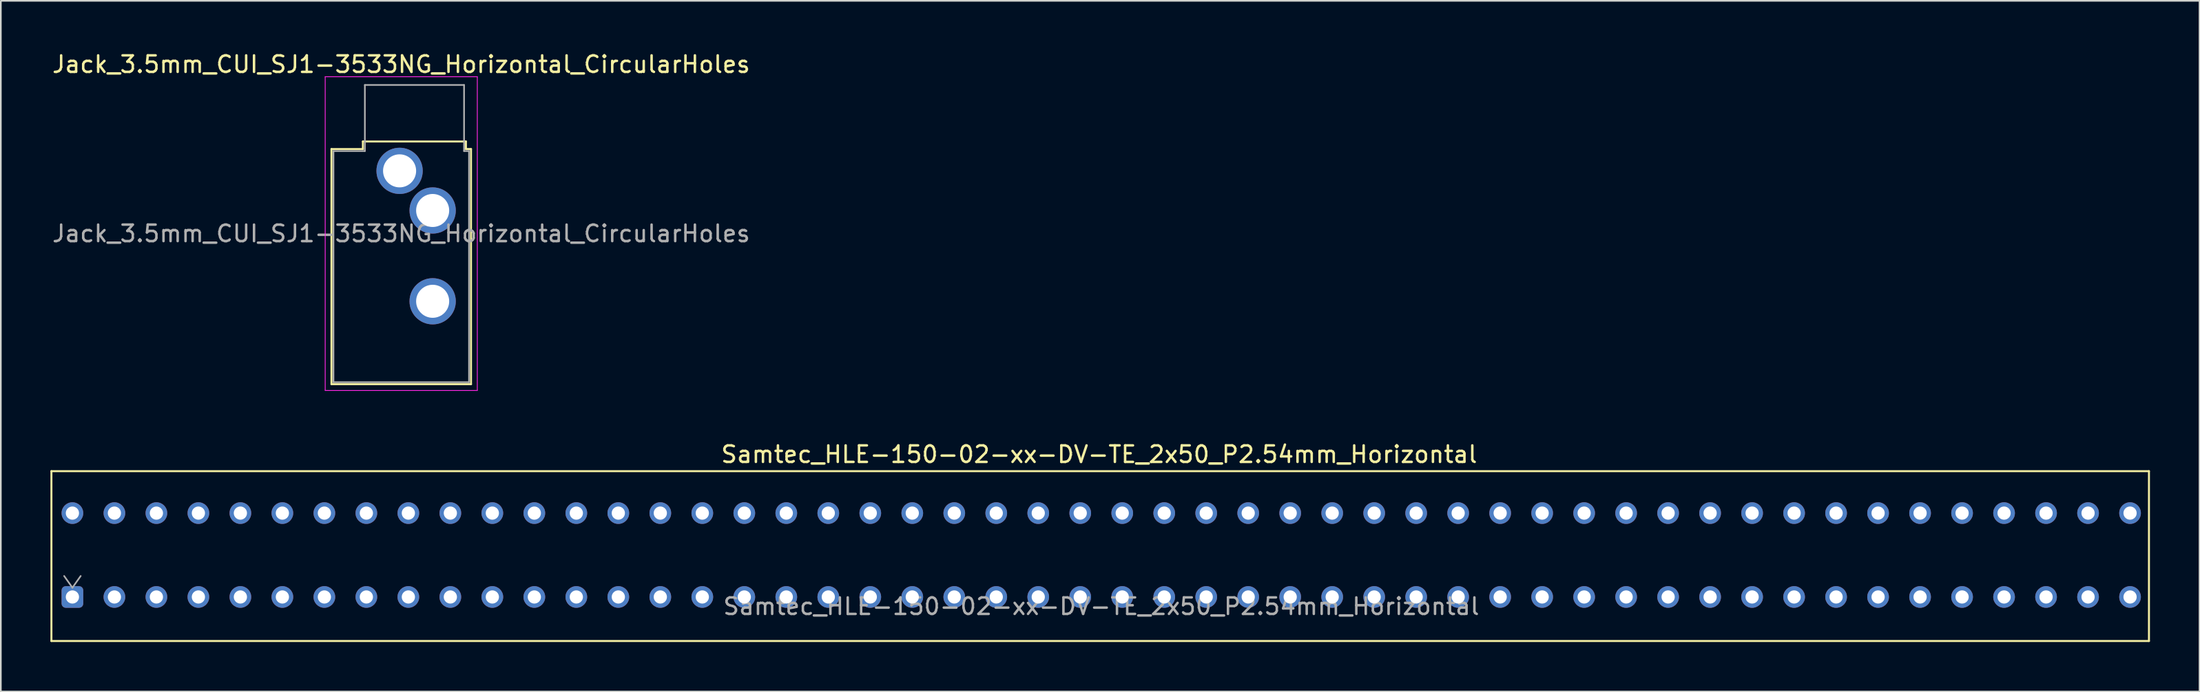
<source format=kicad_pcb>
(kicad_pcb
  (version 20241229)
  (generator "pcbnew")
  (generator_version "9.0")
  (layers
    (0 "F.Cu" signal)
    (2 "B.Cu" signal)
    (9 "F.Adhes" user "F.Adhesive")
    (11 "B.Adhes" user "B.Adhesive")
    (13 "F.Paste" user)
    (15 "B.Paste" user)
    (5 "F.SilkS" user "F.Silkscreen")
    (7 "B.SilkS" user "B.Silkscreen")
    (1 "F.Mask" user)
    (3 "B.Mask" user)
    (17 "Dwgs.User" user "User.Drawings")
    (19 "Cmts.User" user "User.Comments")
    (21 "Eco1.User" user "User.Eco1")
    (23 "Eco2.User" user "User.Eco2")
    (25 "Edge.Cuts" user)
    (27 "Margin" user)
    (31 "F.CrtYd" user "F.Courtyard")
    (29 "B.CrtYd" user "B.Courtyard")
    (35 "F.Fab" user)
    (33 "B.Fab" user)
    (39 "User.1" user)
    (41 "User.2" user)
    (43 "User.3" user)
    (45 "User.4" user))
  (footprint "Jack_3.5mm_CUI_SJ1-3533NG_Horizontal_CircularHoles"
    (layer "F.Cu")
    (at 21.12 7.298)
    (property "Reference" "Jack_3.5mm_CUI_SJ1-3533NG_Horizontal_CircularHoles" (at 0.1 -6.45 0) (layer "F.SilkS") (effects (font (size 1 1) (thickness 0.15))))
    (attr through_hole)
    (fp_line (start -4.12 -1.32) (end -2.22 -1.32) (stroke (width 0.12) (type solid)) (layer "F.SilkS"))
    (fp_line (start -4.12 12.92) (end -4.12 -1.32) (stroke (width 0.12) (type solid)) (layer "F.SilkS"))
    (fp_line (start -2.22 -1.778) (end 4.013 -1.778) (stroke (width 0.12) (type default)) (layer "F.SilkS"))
    (fp_line (start -2.22 -1.32) (end -2.22 -1.778) (stroke (width 0.12) (type default)) (layer "F.SilkS"))
    (fp_line (start 4.013 -1.321) (end 4.013 -1.778) (stroke (width 0.12) (type default)) (layer "F.SilkS"))
    (fp_line (start 4.32 -1.321) (end 4.013 -1.321) (stroke (width 0.12) (type default)) (layer "F.SilkS"))
    (fp_line (start 4.32 -1.321) (end 4.32 12.92) (stroke (width 0.12) (type solid)) (layer "F.SilkS"))
    (fp_line (start 4.32 12.92) (end -4.12 12.92) (stroke (width 0.12) (type solid)) (layer "F.SilkS"))
    (fp_line (start -4.5 -5.7) (end -4.5 13.3) (stroke (width 0.05) (type solid)) (layer "F.CrtYd"))
    (fp_line (start -4.5 13.3) (end 4.7 13.3) (stroke (width 0.05) (type solid)) (layer "F.CrtYd"))
    (fp_line (start 4.7 -5.7) (end -4.5 -5.7) (stroke (width 0.05) (type solid)) (layer "F.CrtYd"))
    (fp_line (start 4.7 13.3) (end 4.7 -5.7) (stroke (width 0.05) (type solid)) (layer "F.CrtYd"))
    (fp_line (start -4 -1.2) (end -2.1 -1.2) (stroke (width 0.1) (type solid)) (layer "F.Fab"))
    (fp_line (start -4 12.8) (end -4 -1.2) (stroke (width 0.1) (type solid)) (layer "F.Fab"))
    (fp_line (start -2.1 -5.2) (end 3.9 -5.2) (stroke (width 0.1) (type solid)) (layer "F.Fab"))
    (fp_line (start -2.1 -1.2) (end -2.1 -5.2) (stroke (width 0.1) (type solid)) (layer "F.Fab"))
    (fp_line (start 3.9 -5.2) (end 3.9 -1.2) (stroke (width 0.1) (type solid)) (layer "F.Fab"))
    (fp_line (start 3.9 -1.2) (end 4.2 -1.2) (stroke (width 0.1) (type solid)) (layer "F.Fab"))
    (fp_line (start 4.2 -1.2) (end 4.2 12.8) (stroke (width 0.1) (type solid)) (layer "F.Fab"))
    (fp_line (start 4.2 12.8) (end -4 12.8) (stroke (width 0.1) (type solid)) (layer "F.Fab"))
    (fp_text user "${REFERENCE}" (at 0.1 3.8 0) (layer "F.Fab") (effects (font (size 1 1) (thickness 0.15))))
    (pad "R" thru_hole circle (at 2 7.9) (size 2.8 2.8) (drill 2) (layers "*.Cu" "*.Mask"))
    (pad "S" thru_hole circle (at 0 0) (size 2.8 2.8) (drill 2) (layers "*.Cu" "*.Mask"))
    (pad "T" thru_hole circle (at 2 2.4) (size 2.8 2.8) (drill 2) (layers "*.Cu" "*.Mask")))
  (footprint "Samtec_HLE-150-02-xx-DV-TE_2x50_P2.54mm_Horizontal"
    (layer "F.Cu")
    (at 1.33 30.567)
    (property "Reference" "Samtec_HLE-150-02-xx-DV-TE_2x50_P2.54mm_Horizontal" (at 62.103 -6.096 0) (layer "F.SilkS") (effects (font (size 1 1) (thickness 0.15))))
    (attr through_hole)
    (fp_line (start -1.27 -5.08) (end 125.603 -5.08) (stroke (width 0.12) (type solid)) (layer "F.SilkS"))
    (fp_line (start -1.27 5.207) (end -1.27 -5.08) (stroke (width 0.12) (type solid)) (layer "F.SilkS"))
    (fp_line (start 125.603 -5.08) (end 125.603 5.207) (stroke (width 0.12) (type solid)) (layer "F.SilkS"))
    (fp_line (start 125.603 5.207) (end -1.27 5.207) (stroke (width 0.12) (type solid)) (layer "F.SilkS"))
    (fp_line (start 125.603 5.207) (end 125.603 5.08) (stroke (width 0.12) (type solid)) (layer "B.Paste"))
    (fp_line (start -0.5 1.27) (end 0 1.977) (stroke (width 0.1) (type solid)) (layer "F.Fab"))
    (fp_line (start 0 1.977) (end 0.5 1.27) (stroke (width 0.1) (type solid)) (layer "F.Fab"))
    (fp_text user "${REFERENCE}" (at 62.23 3.11 0) (layer "F.Fab") (effects (font (size 1 1) (thickness 0.15))))
    (pad "1" thru_hole roundrect (at 0 2.54) (size 1.31 1.31) (drill 0.8) (layers "*.Cu" "*.Mask") (roundrect_rratio 0.191))
    (pad "2" thru_hole circle (at 0 -2.54) (size 1.31 1.31) (drill 0.8) (layers "*.Cu" "*.Mask"))
    (pad "3" thru_hole circle (at 2.54 2.54) (size 1.31 1.31) (drill 0.8) (layers "*.Cu" "*.Mask"))
    (pad "4" thru_hole circle (at 2.54 -2.54) (size 1.31 1.31) (drill 0.8) (layers "*.Cu" "*.Mask"))
    (pad "5" thru_hole circle (at 5.08 2.54) (size 1.31 1.31) (drill 0.8) (layers "*.Cu" "*.Mask"))
    (pad "6" thru_hole circle (at 5.08 -2.54) (size 1.31 1.31) (drill 0.8) (layers "*.Cu" "*.Mask"))
    (pad "7" thru_hole circle (at 7.62 2.54) (size 1.31 1.31) (drill 0.8) (layers "*.Cu" "*.Mask"))
    (pad "8" thru_hole circle (at 7.62 -2.54) (size 1.31 1.31) (drill 0.8) (layers "*.Cu" "*.Mask"))
    (pad "9" thru_hole circle (at 10.16 2.54) (size 1.31 1.31) (drill 0.8) (layers "*.Cu" "*.Mask"))
    (pad "10" thru_hole circle (at 10.16 -2.54) (size 1.31 1.31) (drill 0.8) (layers "*.Cu" "*.Mask"))
    (pad "11" thru_hole circle (at 12.7 2.54) (size 1.31 1.31) (drill 0.8) (layers "*.Cu" "*.Mask"))
    (pad "12" thru_hole circle (at 12.7 -2.54) (size 1.31 1.31) (drill 0.8) (layers "*.Cu" "*.Mask"))
    (pad "13" thru_hole circle (at 15.24 2.54) (size 1.31 1.31) (drill 0.8) (layers "*.Cu" "*.Mask"))
    (pad "14" thru_hole circle (at 15.24 -2.54) (size 1.31 1.31) (drill 0.8) (layers "*.Cu" "*.Mask"))
    (pad "15" thru_hole circle (at 17.78 2.54) (size 1.31 1.31) (drill 0.8) (layers "*.Cu" "*.Mask"))
    (pad "16" thru_hole circle (at 17.78 -2.54) (size 1.31 1.31) (drill 0.8) (layers "*.Cu" "*.Mask"))
    (pad "17" thru_hole circle (at 20.32 2.54) (size 1.31 1.31) (drill 0.8) (layers "*.Cu" "*.Mask"))
    (pad "18" thru_hole circle (at 20.32 -2.54) (size 1.31 1.31) (drill 0.8) (layers "*.Cu" "*.Mask"))
    (pad "19" thru_hole circle (at 22.86 2.54) (size 1.31 1.31) (drill 0.8) (layers "*.Cu" "*.Mask"))
    (pad "20" thru_hole circle (at 22.86 -2.54) (size 1.31 1.31) (drill 0.8) (layers "*.Cu" "*.Mask"))
    (pad "21" thru_hole circle (at 25.4 2.54) (size 1.31 1.31) (drill 0.8) (layers "*.Cu" "*.Mask"))
    (pad "22" thru_hole circle (at 25.4 -2.54) (size 1.31 1.31) (drill 0.8) (layers "*.Cu" "*.Mask"))
    (pad "23" thru_hole circle (at 27.94 2.54) (size 1.31 1.31) (drill 0.8) (layers "*.Cu" "*.Mask"))
    (pad "24" thru_hole circle (at 27.94 -2.54) (size 1.31 1.31) (drill 0.8) (layers "*.Cu" "*.Mask"))
    (pad "25" thru_hole circle (at 30.48 2.54) (size 1.31 1.31) (drill 0.8) (layers "*.Cu" "*.Mask"))
    (pad "26" thru_hole circle (at 30.48 -2.54) (size 1.31 1.31) (drill 0.8) (layers "*.Cu" "*.Mask"))
    (pad "27" thru_hole circle (at 33.02 2.54) (size 1.31 1.31) (drill 0.8) (layers "*.Cu" "*.Mask"))
    (pad "28" thru_hole circle (at 33.02 -2.54) (size 1.31 1.31) (drill 0.8) (layers "*.Cu" "*.Mask"))
    (pad "29" thru_hole circle (at 35.56 2.54) (size 1.31 1.31) (drill 0.8) (layers "*.Cu" "*.Mask"))
    (pad "30" thru_hole circle (at 35.56 -2.54) (size 1.31 1.31) (drill 0.8) (layers "*.Cu" "*.Mask"))
    (pad "31" thru_hole circle (at 38.1 2.54) (size 1.31 1.31) (drill 0.8) (layers "*.Cu" "*.Mask"))
    (pad "32" thru_hole circle (at 38.1 -2.54) (size 1.31 1.31) (drill 0.8) (layers "*.Cu" "*.Mask"))
    (pad "33" thru_hole circle (at 40.64 2.54) (size 1.31 1.31) (drill 0.8) (layers "*.Cu" "*.Mask"))
    (pad "34" thru_hole circle (at 40.64 -2.54) (size 1.31 1.31) (drill 0.8) (layers "*.Cu" "*.Mask"))
    (pad "35" thru_hole circle (at 43.18 2.54) (size 1.31 1.31) (drill 0.8) (layers "*.Cu" "*.Mask"))
    (pad "36" thru_hole circle (at 43.18 -2.54) (size 1.31 1.31) (drill 0.8) (layers "*.Cu" "*.Mask"))
    (pad "37" thru_hole circle (at 45.72 2.54) (size 1.31 1.31) (drill 0.8) (layers "*.Cu" "*.Mask"))
    (pad "38" thru_hole circle (at 45.72 -2.54) (size 1.31 1.31) (drill 0.8) (layers "*.Cu" "*.Mask"))
    (pad "39" thru_hole circle (at 48.26 2.54) (size 1.31 1.31) (drill 0.8) (layers "*.Cu" "*.Mask"))
    (pad "40" thru_hole circle (at 48.26 -2.54) (size 1.31 1.31) (drill 0.8) (layers "*.Cu" "*.Mask"))
    (pad "41" thru_hole circle (at 50.8 2.54) (size 1.31 1.31) (drill 0.8) (layers "*.Cu" "*.Mask"))
    (pad "42" thru_hole circle (at 50.8 -2.54) (size 1.31 1.31) (drill 0.8) (layers "*.Cu" "*.Mask"))
    (pad "43" thru_hole circle (at 53.34 2.54) (size 1.31 1.31) (drill 0.8) (layers "*.Cu" "*.Mask"))
    (pad "44" thru_hole circle (at 53.34 -2.54) (size 1.31 1.31) (drill 0.8) (layers "*.Cu" "*.Mask"))
    (pad "45" thru_hole circle (at 55.88 2.54) (size 1.31 1.31) (drill 0.8) (layers "*.Cu" "*.Mask"))
    (pad "46" thru_hole circle (at 55.88 -2.54) (size 1.31 1.31) (drill 0.8) (layers "*.Cu" "*.Mask"))
    (pad "47" thru_hole circle (at 58.42 2.54) (size 1.31 1.31) (drill 0.8) (layers "*.Cu" "*.Mask"))
    (pad "48" thru_hole circle (at 58.42 -2.54) (size 1.31 1.31) (drill 0.8) (layers "*.Cu" "*.Mask"))
    (pad "49" thru_hole circle (at 60.96 2.54) (size 1.31 1.31) (drill 0.8) (layers "*.Cu" "*.Mask"))
    (pad "50" thru_hole circle (at 60.96 -2.54) (size 1.31 1.31) (drill 0.8) (layers "*.Cu" "*.Mask"))
    (pad "51" thru_hole circle (at 63.5 2.54) (size 1.31 1.31) (drill 0.8) (layers "*.Cu" "*.Mask"))
    (pad "52" thru_hole circle (at 63.5 -2.54) (size 1.31 1.31) (drill 0.8) (layers "*.Cu" "*.Mask"))
    (pad "53" thru_hole circle (at 66.04 2.54) (size 1.31 1.31) (drill 0.8) (layers "*.Cu" "*.Mask"))
    (pad "54" thru_hole circle (at 66.04 -2.54) (size 1.31 1.31) (drill 0.8) (layers "*.Cu" "*.Mask"))
    (pad "55" thru_hole circle (at 68.58 2.54) (size 1.31 1.31) (drill 0.8) (layers "*.Cu" "*.Mask"))
    (pad "56" thru_hole circle (at 68.58 -2.54) (size 1.31 1.31) (drill 0.8) (layers "*.Cu" "*.Mask"))
    (pad "57" thru_hole circle (at 71.12 2.54) (size 1.31 1.31) (drill 0.8) (layers "*.Cu" "*.Mask"))
    (pad "58" thru_hole circle (at 71.12 -2.54) (size 1.31 1.31) (drill 0.8) (layers "*.Cu" "*.Mask"))
    (pad "59" thru_hole circle (at 73.66 2.54) (size 1.31 1.31) (drill 0.8) (layers "*.Cu" "*.Mask"))
    (pad "60" thru_hole circle (at 73.66 -2.54) (size 1.31 1.31) (drill 0.8) (layers "*.Cu" "*.Mask"))
    (pad "61" thru_hole circle (at 76.2 2.54) (size 1.31 1.31) (drill 0.8) (layers "*.Cu" "*.Mask"))
    (pad "62" thru_hole circle (at 76.2 -2.54) (size 1.31 1.31) (drill 0.8) (layers "*.Cu" "*.Mask"))
    (pad "63" thru_hole circle (at 78.74 2.54) (size 1.31 1.31) (drill 0.8) (layers "*.Cu" "*.Mask"))
    (pad "64" thru_hole circle (at 78.74 -2.54) (size 1.31 1.31) (drill 0.8) (layers "*.Cu" "*.Mask"))
    (pad "65" thru_hole circle (at 81.28 2.54) (size 1.31 1.31) (drill 0.8) (layers "*.Cu" "*.Mask"))
    (pad "66" thru_hole circle (at 81.28 -2.54) (size 1.31 1.31) (drill 0.8) (layers "*.Cu" "*.Mask"))
    (pad "67" thru_hole circle (at 83.82 2.54) (size 1.31 1.31) (drill 0.8) (layers "*.Cu" "*.Mask"))
    (pad "68" thru_hole circle (at 83.82 -2.54) (size 1.31 1.31) (drill 0.8) (layers "*.Cu" "*.Mask"))
    (pad "69" thru_hole circle (at 86.36 2.54) (size 1.31 1.31) (drill 0.8) (layers "*.Cu" "*.Mask"))
    (pad "70" thru_hole circle (at 86.36 -2.54) (size 1.31 1.31) (drill 0.8) (layers "*.Cu" "*.Mask"))
    (pad "71" thru_hole circle (at 88.9 2.54) (size 1.31 1.31) (drill 0.8) (layers "*.Cu" "*.Mask"))
    (pad "72" thru_hole circle (at 88.9 -2.54) (size 1.31 1.31) (drill 0.8) (layers "*.Cu" "*.Mask"))
    (pad "73" thru_hole circle (at 91.44 2.54) (size 1.31 1.31) (drill 0.8) (layers "*.Cu" "*.Mask"))
    (pad "74" thru_hole circle (at 91.44 -2.54) (size 1.31 1.31) (drill 0.8) (layers "*.Cu" "*.Mask"))
    (pad "75" thru_hole circle (at 93.98 2.54) (size 1.31 1.31) (drill 0.8) (layers "*.Cu" "*.Mask"))
    (pad "76" thru_hole circle (at 93.98 -2.54) (size 1.31 1.31) (drill 0.8) (layers "*.Cu" "*.Mask"))
    (pad "77" thru_hole circle (at 96.52 2.54) (size 1.31 1.31) (drill 0.8) (layers "*.Cu" "*.Mask"))
    (pad "78" thru_hole circle (at 96.52 -2.54) (size 1.31 1.31) (drill 0.8) (layers "*.Cu" "*.Mask"))
    (pad "79" thru_hole circle (at 99.06 2.54) (size 1.31 1.31) (drill 0.8) (layers "*.Cu" "*.Mask"))
    (pad "80" thru_hole circle (at 99.06 -2.54) (size 1.31 1.31) (drill 0.8) (layers "*.Cu" "*.Mask"))
    (pad "81" thru_hole circle (at 101.6 2.54) (size 1.31 1.31) (drill 0.8) (layers "*.Cu" "*.Mask"))
    (pad "82" thru_hole circle (at 101.6 -2.54) (size 1.31 1.31) (drill 0.8) (layers "*.Cu" "*.Mask"))
    (pad "83" thru_hole circle (at 104.14 2.54) (size 1.31 1.31) (drill 0.8) (layers "*.Cu" "*.Mask"))
    (pad "84" thru_hole circle (at 104.14 -2.54) (size 1.31 1.31) (drill 0.8) (layers "*.Cu" "*.Mask"))
    (pad "85" thru_hole circle (at 106.68 2.54) (size 1.31 1.31) (drill 0.8) (layers "*.Cu" "*.Mask"))
    (pad "86" thru_hole circle (at 106.68 -2.54) (size 1.31 1.31) (drill 0.8) (layers "*.Cu" "*.Mask"))
    (pad "87" thru_hole circle (at 109.22 2.54) (size 1.31 1.31) (drill 0.8) (layers "*.Cu" "*.Mask"))
    (pad "88" thru_hole circle (at 109.22 -2.54) (size 1.31 1.31) (drill 0.8) (layers "*.Cu" "*.Mask"))
    (pad "89" thru_hole circle (at 111.76 2.54) (size 1.31 1.31) (drill 0.8) (layers "*.Cu" "*.Mask"))
    (pad "90" thru_hole circle (at 111.76 -2.54) (size 1.31 1.31) (drill 0.8) (layers "*.Cu" "*.Mask"))
    (pad "91" thru_hole circle (at 114.3 2.54) (size 1.31 1.31) (drill 0.8) (layers "*.Cu" "*.Mask"))
    (pad "92" thru_hole circle (at 114.3 -2.54) (size 1.31 1.31) (drill 0.8) (layers "*.Cu" "*.Mask"))
    (pad "93" thru_hole circle (at 116.84 2.54) (size 1.31 1.31) (drill 0.8) (layers "*.Cu" "*.Mask"))
    (pad "94" thru_hole circle (at 116.84 -2.54) (size 1.31 1.31) (drill 0.8) (layers "*.Cu" "*.Mask"))
    (pad "95" thru_hole circle (at 119.38 2.54) (size 1.31 1.31) (drill 0.8) (layers "*.Cu" "*.Mask"))
    (pad "96" thru_hole circle (at 119.38 -2.54) (size 1.31 1.31) (drill 0.8) (layers "*.Cu" "*.Mask"))
    (pad "97" thru_hole circle (at 121.92 2.54) (size 1.31 1.31) (drill 0.8) (layers "*.Cu" "*.Mask"))
    (pad "98" thru_hole circle (at 121.92 -2.54) (size 1.31 1.31) (drill 0.8) (layers "*.Cu" "*.Mask"))
    (pad "99" thru_hole circle (at 124.46 2.54) (size 1.31 1.31) (drill 0.8) (layers "*.Cu" "*.Mask"))
    (pad "100" thru_hole circle (at 124.46 -2.54) (size 1.31 1.31) (drill 0.8) (layers "*.Cu" "*.Mask")))
  (gr_rect
    (start -3 -3)
    (end 129.993 38.834)
    (stroke (width 0.1) (type default))
    (fill no)
    (layer "Edge.Cuts")))
</source>
